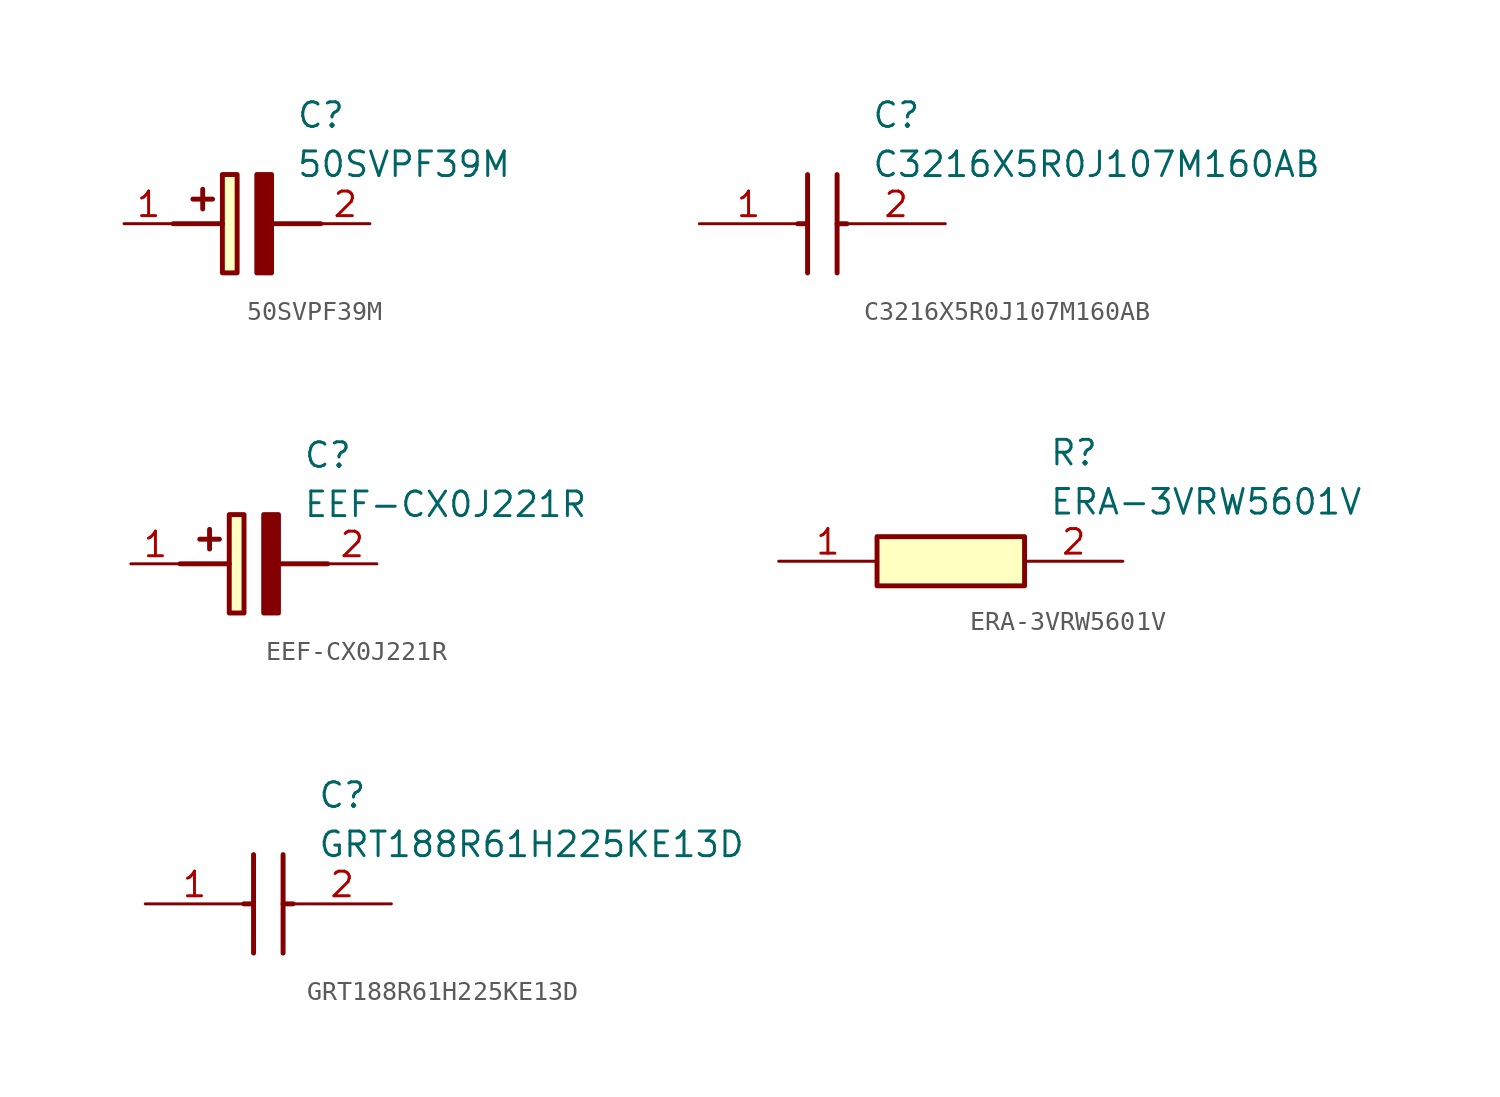
<source format=kicad_sym>
(kicad_symbol_lib
  (version 20220914)
  (generator SamacSys_ECAD_Model)
  (symbol "50SVPF39M"
    (pin_names hide)
    (property "Reference" "C"
      (at 8.89 6.35 0)
      (effects (font (size 1.27 1.27)) (justify left top)))
    (property "Value" "50SVPF39M"
      (at 8.89 3.81 0)
      (effects (font (size 1.27 1.27)) (justify left top)))
    (rectangle
      (start 5.08 2.54)
      (end 5.842 -2.54)
      (stroke (width 0.254) (type default))
      (fill (type background)))
    (polyline
      (pts (xy 4.572 1.27) (xy 3.556 1.27))
      (stroke (width 0.254) (type default))
      (fill (type none)))
    (polyline
      (pts (xy 4.064 1.778) (xy 4.064 0.762))
      (stroke (width 0.254) (type default))
      (fill (type none)))
    (polyline
      (pts (xy 2.54 0) (xy 5.08 0))
      (stroke (width 0.254) (type default))
      (fill (type none)))
    (polyline
      (pts (xy 7.62 0) (xy 10.16 0))
      (stroke (width 0.254) (type default))
      (fill (type none)))
    (polyline
      (pts (xy 7.62 2.54) (xy 7.62 -2.54) (xy 6.858 -2.54) (xy 6.858 2.54) (xy 7.62 2.54))
      (stroke (width 0.254) (type default))
      (fill (type outline)))
    (pin passive line
      (at 0 0 0)
      (length 2.54)
      (name "+" (effects (font (size 1.27 1.27))))
      (number "1" (effects (font (size 1.27 1.27)))))
    (pin passive line
      (at 12.7 0 180)
      (length 2.54)
      (name "-" (effects (font (size 1.27 1.27))))
      (number "2" (effects (font (size 1.27 1.27))))))
  (symbol "C3216X5R0J107M160AB"
    (pin_names hide)
    (property "Reference" "C"
      (at 8.89 6.35 0)
      (effects (font (size 1.27 1.27)) (justify left top)))
    (property "Value" "C3216X5R0J107M160AB"
      (at 8.89 3.81 0)
      (effects (font (size 1.27 1.27)) (justify left top)))
    (polyline
      (pts (xy 5.588 2.54) (xy 5.588 -2.54))
      (stroke (width 0.254) (type default))
      (fill (type none)))
    (polyline
      (pts (xy 7.112 2.54) (xy 7.112 -2.54))
      (stroke (width 0.254) (type default))
      (fill (type none)))
    (polyline
      (pts (xy 5.08 0) (xy 5.588 0))
      (stroke (width 0.254) (type default))
      (fill (type none)))
    (polyline
      (pts (xy 7.112 0) (xy 7.62 0))
      (stroke (width 0.254) (type default))
      (fill (type none)))
    (pin passive line
      (at 0 0 0)
      (length 5.08)
      (name "1" (effects (font (size 1.27 1.27))))
      (number "1" (effects (font (size 1.27 1.27)))))
    (pin passive line
      (at 12.7 0 180)
      (length 5.08)
      (name "2" (effects (font (size 1.27 1.27))))
      (number "2" (effects (font (size 1.27 1.27))))))
  (symbol "EEF-CX0J221R"
    (pin_names hide)
    (property "Reference" "C"
      (at 8.89 6.35 0)
      (effects (font (size 1.27 1.27)) (justify left top)))
    (property "Value" "EEF-CX0J221R"
      (at 8.89 3.81 0)
      (effects (font (size 1.27 1.27)) (justify left top)))
    (rectangle
      (start 5.08 2.54)
      (end 5.842 -2.54)
      (stroke (width 0.254) (type default))
      (fill (type background)))
    (polyline
      (pts (xy 4.572 1.27) (xy 3.556 1.27))
      (stroke (width 0.254) (type default))
      (fill (type none)))
    (polyline
      (pts (xy 4.064 1.778) (xy 4.064 0.762))
      (stroke (width 0.254) (type default))
      (fill (type none)))
    (polyline
      (pts (xy 2.54 0) (xy 5.08 0))
      (stroke (width 0.254) (type default))
      (fill (type none)))
    (polyline
      (pts (xy 7.62 0) (xy 10.16 0))
      (stroke (width 0.254) (type default))
      (fill (type none)))
    (polyline
      (pts (xy 7.62 2.54) (xy 7.62 -2.54) (xy 6.858 -2.54) (xy 6.858 2.54) (xy 7.62 2.54))
      (stroke (width 0.254) (type default))
      (fill (type outline)))
    (pin passive line
      (at 0 0 0)
      (length 2.54)
      (name "+" (effects (font (size 1.27 1.27))))
      (number "1" (effects (font (size 1.27 1.27)))))
    (pin passive line
      (at 12.7 0 180)
      (length 2.54)
      (name "-" (effects (font (size 1.27 1.27))))
      (number "2" (effects (font (size 1.27 1.27))))))
  (symbol "ERA-3VRW5601V"
    (pin_names hide)
    (property "Reference" "R"
      (at 13.97 6.35 0)
      (effects (font (size 1.27 1.27)) (justify left top)))
    (property "Value" "ERA-3VRW5601V"
      (at 13.97 3.81 0)
      (effects (font (size 1.27 1.27)) (justify left top)))
    (rectangle
      (start 5.08 1.27)
      (end 12.7 -1.27)
      (stroke (width 0.254) (type default))
      (fill (type background)))
    (pin passive line
      (at 0 0 0)
      (length 5.08)
      (name "1" (effects (font (size 1.27 1.27))))
      (number "1" (effects (font (size 1.27 1.27)))))
    (pin passive line
      (at 17.78 0 180)
      (length 5.08)
      (name "2" (effects (font (size 1.27 1.27))))
      (number "2" (effects (font (size 1.27 1.27))))))
  (symbol "GRT188R61H225KE13D"
    (pin_names hide)
    (property "Reference" "C"
      (at 8.89 6.35 0)
      (effects (font (size 1.27 1.27)) (justify left top)))
    (property "Value" "GRT188R61H225KE13D"
      (at 8.89 3.81 0)
      (effects (font (size 1.27 1.27)) (justify left top)))
    (polyline
      (pts (xy 5.588 2.54) (xy 5.588 -2.54))
      (stroke (width 0.254) (type default))
      (fill (type none)))
    (polyline
      (pts (xy 7.112 2.54) (xy 7.112 -2.54))
      (stroke (width 0.254) (type default))
      (fill (type none)))
    (polyline
      (pts (xy 5.08 0) (xy 5.588 0))
      (stroke (width 0.254) (type default))
      (fill (type none)))
    (polyline
      (pts (xy 7.112 0) (xy 7.62 0))
      (stroke (width 0.254) (type default))
      (fill (type none)))
    (pin passive line
      (at 0 0 0)
      (length 5.08)
      (name "1" (effects (font (size 1.27 1.27))))
      (number "1" (effects (font (size 1.27 1.27)))))
    (pin passive line
      (at 12.7 0 180)
      (length 5.08)
      (name "2" (effects (font (size 1.27 1.27))))
      (number "2" (effects (font (size 1.27 1.27)))))))
</source>
